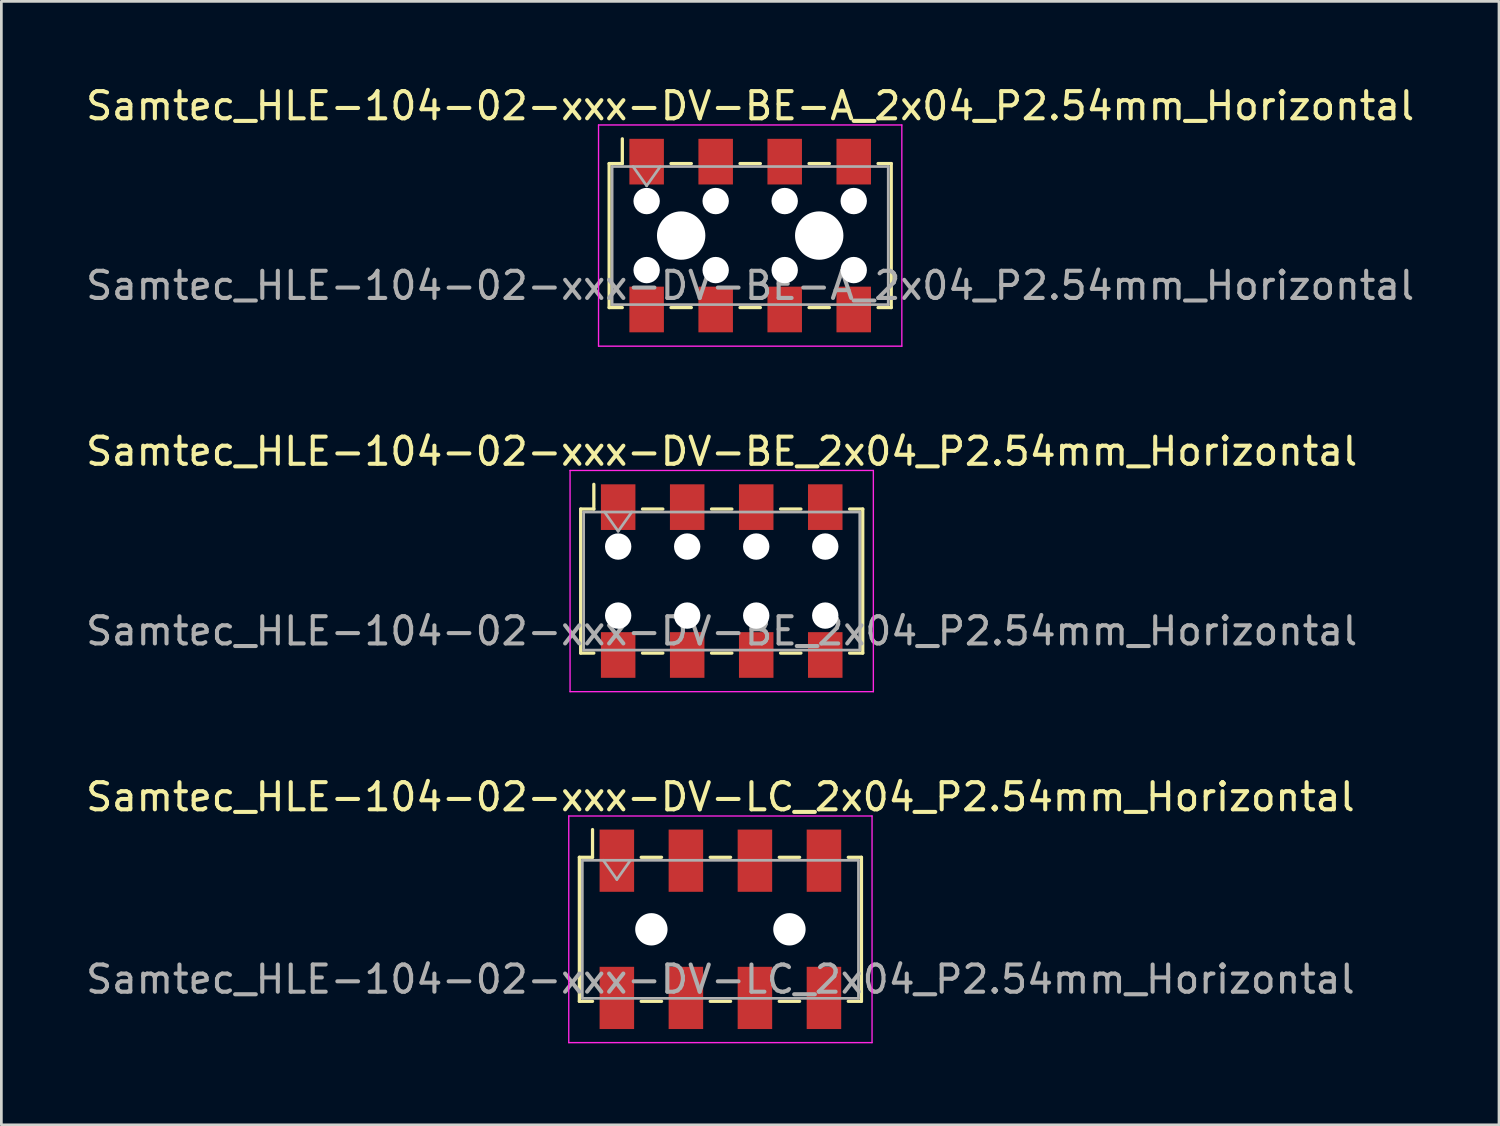
<source format=kicad_pcb>
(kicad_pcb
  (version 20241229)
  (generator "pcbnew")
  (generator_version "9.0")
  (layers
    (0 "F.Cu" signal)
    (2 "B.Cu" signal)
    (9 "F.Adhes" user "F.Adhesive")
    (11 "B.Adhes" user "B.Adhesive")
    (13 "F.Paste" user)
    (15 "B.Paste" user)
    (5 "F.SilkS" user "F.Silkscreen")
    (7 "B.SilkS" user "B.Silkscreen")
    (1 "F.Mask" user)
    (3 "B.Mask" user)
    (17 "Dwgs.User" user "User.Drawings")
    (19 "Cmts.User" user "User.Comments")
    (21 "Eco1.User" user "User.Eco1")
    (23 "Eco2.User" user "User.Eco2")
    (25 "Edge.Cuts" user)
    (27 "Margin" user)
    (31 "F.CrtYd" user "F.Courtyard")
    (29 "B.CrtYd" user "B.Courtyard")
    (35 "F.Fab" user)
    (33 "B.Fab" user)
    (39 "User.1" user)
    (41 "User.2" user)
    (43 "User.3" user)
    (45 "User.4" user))
  (footprint "Samtec_HLE-104-02-xxx-DV-BE_2x04_P2.54mm_Horizontal"
    (layer "F.Cu")
    (at 23.506 18.331)
    (property "Reference" "Samtec_HLE-104-02-xxx-DV-BE_2x04_P2.54mm_Horizontal" (at 0 -4.77 0) (layer "F.SilkS") (effects (font (size 1 1) (thickness 0.15))))
    (attr smd)
    (fp_line (start -5.19 -2.65) (end -5.19 2.65) (stroke (width 0.12) (type solid)) (layer "F.SilkS"))
    (fp_line (start -5.19 2.65) (end -4.705 2.65) (stroke (width 0.12) (type solid)) (layer "F.SilkS"))
    (fp_line (start -4.705 -3.56) (end -4.705 -2.65) (stroke (width 0.12) (type solid)) (layer "F.SilkS"))
    (fp_line (start -4.705 -2.65) (end -5.19 -2.65) (stroke (width 0.12) (type solid)) (layer "F.SilkS"))
    (fp_line (start -2.915 -2.65) (end -2.165 -2.65) (stroke (width 0.12) (type solid)) (layer "F.SilkS"))
    (fp_line (start -2.915 2.65) (end -2.165 2.65) (stroke (width 0.12) (type solid)) (layer "F.SilkS"))
    (fp_line (start -0.375 -2.65) (end 0.375 -2.65) (stroke (width 0.12) (type solid)) (layer "F.SilkS"))
    (fp_line (start -0.375 2.65) (end 0.375 2.65) (stroke (width 0.12) (type solid)) (layer "F.SilkS"))
    (fp_line (start 2.165 -2.65) (end 2.915 -2.65) (stroke (width 0.12) (type solid)) (layer "F.SilkS"))
    (fp_line (start 2.165 2.65) (end 2.915 2.65) (stroke (width 0.12) (type solid)) (layer "F.SilkS"))
    (fp_line (start 4.705 -2.65) (end 5.19 -2.65) (stroke (width 0.12) (type solid)) (layer "F.SilkS"))
    (fp_line (start 5.19 -2.65) (end 5.19 2.65) (stroke (width 0.12) (type solid)) (layer "F.SilkS"))
    (fp_line (start 5.19 2.65) (end 4.705 2.65) (stroke (width 0.12) (type solid)) (layer "F.SilkS"))
    (fp_line (start -5.58 -4.07) (end 5.58 -4.07) (stroke (width 0.05) (type solid)) (layer "F.CrtYd"))
    (fp_line (start -5.58 4.07) (end -5.58 -4.07) (stroke (width 0.05) (type solid)) (layer "F.CrtYd"))
    (fp_line (start 5.58 -4.07) (end 5.58 4.07) (stroke (width 0.05) (type solid)) (layer "F.CrtYd"))
    (fp_line (start 5.58 4.07) (end -5.58 4.07) (stroke (width 0.05) (type solid)) (layer "F.CrtYd"))
    (fp_line (start -5.08 -2.54) (end 5.08 -2.54) (stroke (width 0.1) (type solid)) (layer "F.Fab"))
    (fp_line (start -5.08 2.54) (end -5.08 -2.54) (stroke (width 0.1) (type solid)) (layer "F.Fab"))
    (fp_line (start -4.31 -2.54) (end -3.81 -1.833) (stroke (width 0.1) (type solid)) (layer "F.Fab"))
    (fp_line (start -3.81 -1.833) (end -3.31 -2.54) (stroke (width 0.1) (type solid)) (layer "F.Fab"))
    (fp_line (start 5.08 -2.54) (end 5.08 2.54) (stroke (width 0.1) (type solid)) (layer "F.Fab"))
    (fp_line (start 5.08 2.54) (end -5.08 2.54) (stroke (width 0.1) (type solid)) (layer "F.Fab"))
    (fp_text user "${REFERENCE}" (at 0 1.84 0) (layer "F.Fab") (effects (font (size 1 1) (thickness 0.15))))
    (pad "" np_thru_hole circle (at -3.81 -1.27) (size 0.97 0.97) (drill 0.97) (layers "*.Cu" "*.Mask"))
    (pad "" np_thru_hole circle (at -3.81 1.27) (size 0.97 0.97) (drill 0.97) (layers "*.Cu" "*.Mask"))
    (pad "" np_thru_hole circle (at -1.27 -1.27) (size 0.97 0.97) (drill 0.97) (layers "*.Cu" "*.Mask"))
    (pad "" np_thru_hole circle (at -1.27 1.27) (size 0.97 0.97) (drill 0.97) (layers "*.Cu" "*.Mask"))
    (pad "" np_thru_hole circle (at 1.27 -1.27) (size 0.97 0.97) (drill 0.97) (layers "*.Cu" "*.Mask"))
    (pad "" np_thru_hole circle (at 1.27 1.27) (size 0.97 0.97) (drill 0.97) (layers "*.Cu" "*.Mask"))
    (pad "" np_thru_hole circle (at 3.81 -1.27) (size 0.97 0.97) (drill 0.97) (layers "*.Cu" "*.Mask"))
    (pad "" np_thru_hole circle (at 3.81 1.27) (size 0.97 0.97) (drill 0.97) (layers "*.Cu" "*.Mask"))
    (pad "1" smd rect (at -3.81 -2.72) (size 1.27 1.68) (layers "F.Cu" "F.Mask" "F.Paste"))
    (pad "2" smd rect (at -3.81 2.72) (size 1.27 1.68) (layers "F.Cu" "F.Mask" "F.Paste"))
    (pad "3" smd rect (at -1.27 -2.72) (size 1.27 1.68) (layers "F.Cu" "F.Mask" "F.Paste"))
    (pad "4" smd rect (at -1.27 2.72) (size 1.27 1.68) (layers "F.Cu" "F.Mask" "F.Paste"))
    (pad "5" smd rect (at 1.27 -2.72) (size 1.27 1.68) (layers "F.Cu" "F.Mask" "F.Paste"))
    (pad "6" smd rect (at 1.27 2.72) (size 1.27 1.68) (layers "F.Cu" "F.Mask" "F.Paste"))
    (pad "7" smd rect (at 3.81 -2.72) (size 1.27 1.68) (layers "F.Cu" "F.Mask" "F.Paste"))
    (pad "8" smd rect (at 3.81 2.72) (size 1.27 1.68) (layers "F.Cu" "F.Mask" "F.Paste")))
  (footprint "Samtec_HLE-104-02-xxx-DV-LC_2x04_P2.54mm_Horizontal"
    (layer "F.Cu")
    (at 23.458 31.145)
    (property "Reference" "Samtec_HLE-104-02-xxx-DV-LC_2x04_P2.54mm_Horizontal" (at 0 -4.87 0) (layer "F.SilkS") (effects (font (size 1 1) (thickness 0.15))))
    (attr smd)
    (fp_line (start -5.19 -2.65) (end -5.19 2.65) (stroke (width 0.12) (type solid)) (layer "F.SilkS"))
    (fp_line (start -5.19 2.65) (end -4.705 2.65) (stroke (width 0.12) (type solid)) (layer "F.SilkS"))
    (fp_line (start -4.705 -3.67) (end -4.705 -2.65) (stroke (width 0.12) (type solid)) (layer "F.SilkS"))
    (fp_line (start -4.705 -2.65) (end -5.19 -2.65) (stroke (width 0.12) (type solid)) (layer "F.SilkS"))
    (fp_line (start -2.915 -2.65) (end -2.165 -2.65) (stroke (width 0.12) (type solid)) (layer "F.SilkS"))
    (fp_line (start -2.915 2.65) (end -2.165 2.65) (stroke (width 0.12) (type solid)) (layer "F.SilkS"))
    (fp_line (start -0.375 -2.65) (end 0.375 -2.65) (stroke (width 0.12) (type solid)) (layer "F.SilkS"))
    (fp_line (start -0.375 2.65) (end 0.375 2.65) (stroke (width 0.12) (type solid)) (layer "F.SilkS"))
    (fp_line (start 2.165 -2.65) (end 2.915 -2.65) (stroke (width 0.12) (type solid)) (layer "F.SilkS"))
    (fp_line (start 2.165 2.65) (end 2.915 2.65) (stroke (width 0.12) (type solid)) (layer "F.SilkS"))
    (fp_line (start 4.705 -2.65) (end 5.19 -2.65) (stroke (width 0.12) (type solid)) (layer "F.SilkS"))
    (fp_line (start 5.19 -2.65) (end 5.19 2.65) (stroke (width 0.12) (type solid)) (layer "F.SilkS"))
    (fp_line (start 5.19 2.65) (end 4.705 2.65) (stroke (width 0.12) (type solid)) (layer "F.SilkS"))
    (fp_line (start -5.58 -4.17) (end 5.58 -4.17) (stroke (width 0.05) (type solid)) (layer "F.CrtYd"))
    (fp_line (start -5.58 4.17) (end -5.58 -4.17) (stroke (width 0.05) (type solid)) (layer "F.CrtYd"))
    (fp_line (start 5.58 -4.17) (end 5.58 4.17) (stroke (width 0.05) (type solid)) (layer "F.CrtYd"))
    (fp_line (start 5.58 4.17) (end -5.58 4.17) (stroke (width 0.05) (type solid)) (layer "F.CrtYd"))
    (fp_line (start -5.08 -2.54) (end 5.08 -2.54) (stroke (width 0.1) (type solid)) (layer "F.Fab"))
    (fp_line (start -5.08 2.54) (end -5.08 -2.54) (stroke (width 0.1) (type solid)) (layer "F.Fab"))
    (fp_line (start -4.31 -2.54) (end -3.81 -1.833) (stroke (width 0.1) (type solid)) (layer "F.Fab"))
    (fp_line (start -3.81 -1.833) (end -3.31 -2.54) (stroke (width 0.1) (type solid)) (layer "F.Fab"))
    (fp_line (start 5.08 -2.54) (end 5.08 2.54) (stroke (width 0.1) (type solid)) (layer "F.Fab"))
    (fp_line (start 5.08 2.54) (end -5.08 2.54) (stroke (width 0.1) (type solid)) (layer "F.Fab"))
    (fp_text user "${REFERENCE}" (at 0 1.84 0) (layer "F.Fab") (effects (font (size 1 1) (thickness 0.15))))
    (pad "" np_thru_hole circle (at -2.54 0) (size 1.19 1.19) (drill 1.19) (layers "*.Cu" "*.Mask"))
    (pad "" np_thru_hole circle (at 2.54 0) (size 1.19 1.19) (drill 1.19) (layers "*.Cu" "*.Mask"))
    (pad "1" smd rect (at -3.81 -2.525) (size 1.27 2.29) (layers "F.Cu" "F.Mask" "F.Paste"))
    (pad "2" smd rect (at -3.81 2.525) (size 1.27 2.29) (layers "F.Cu" "F.Mask" "F.Paste"))
    (pad "3" smd rect (at -1.27 -2.525) (size 1.27 2.29) (layers "F.Cu" "F.Mask" "F.Paste"))
    (pad "4" smd rect (at -1.27 2.525) (size 1.27 2.29) (layers "F.Cu" "F.Mask" "F.Paste"))
    (pad "5" smd rect (at 1.27 -2.525) (size 1.27 2.29) (layers "F.Cu" "F.Mask" "F.Paste"))
    (pad "6" smd rect (at 1.27 2.525) (size 1.27 2.29) (layers "F.Cu" "F.Mask" "F.Paste"))
    (pad "7" smd rect (at 3.81 -2.525) (size 1.27 2.29) (layers "F.Cu" "F.Mask" "F.Paste"))
    (pad "8" smd rect (at 3.81 2.525) (size 1.27 2.29) (layers "F.Cu" "F.Mask" "F.Paste")))
  (footprint "Samtec_HLE-104-02-xxx-DV-BE-A_2x04_P2.54mm_Horizontal"
    (layer "F.Cu")
    (at 24.554 5.618)
    (property "Reference" "Samtec_HLE-104-02-xxx-DV-BE-A_2x04_P2.54mm_Horizontal" (at 0 -4.77 0) (layer "F.SilkS") (effects (font (size 1 1) (thickness 0.15))))
    (attr smd)
    (fp_line (start -5.19 -2.65) (end -5.19 2.65) (stroke (width 0.12) (type solid)) (layer "F.SilkS"))
    (fp_line (start -5.19 2.65) (end -4.705 2.65) (stroke (width 0.12) (type solid)) (layer "F.SilkS"))
    (fp_line (start -4.705 -3.56) (end -4.705 -2.65) (stroke (width 0.12) (type solid)) (layer "F.SilkS"))
    (fp_line (start -4.705 -2.65) (end -5.19 -2.65) (stroke (width 0.12) (type solid)) (layer "F.SilkS"))
    (fp_line (start -2.915 -2.65) (end -2.165 -2.65) (stroke (width 0.12) (type solid)) (layer "F.SilkS"))
    (fp_line (start -2.915 2.65) (end -2.165 2.65) (stroke (width 0.12) (type solid)) (layer "F.SilkS"))
    (fp_line (start -0.375 -2.65) (end 0.375 -2.65) (stroke (width 0.12) (type solid)) (layer "F.SilkS"))
    (fp_line (start -0.375 2.65) (end 0.375 2.65) (stroke (width 0.12) (type solid)) (layer "F.SilkS"))
    (fp_line (start 2.165 -2.65) (end 2.915 -2.65) (stroke (width 0.12) (type solid)) (layer "F.SilkS"))
    (fp_line (start 2.165 2.65) (end 2.915 2.65) (stroke (width 0.12) (type solid)) (layer "F.SilkS"))
    (fp_line (start 4.705 -2.65) (end 5.19 -2.65) (stroke (width 0.12) (type solid)) (layer "F.SilkS"))
    (fp_line (start 5.19 -2.65) (end 5.19 2.65) (stroke (width 0.12) (type solid)) (layer "F.SilkS"))
    (fp_line (start 5.19 2.65) (end 4.705 2.65) (stroke (width 0.12) (type solid)) (layer "F.SilkS"))
    (fp_line (start -5.58 -4.07) (end 5.58 -4.07) (stroke (width 0.05) (type solid)) (layer "F.CrtYd"))
    (fp_line (start -5.58 4.07) (end -5.58 -4.07) (stroke (width 0.05) (type solid)) (layer "F.CrtYd"))
    (fp_line (start 5.58 -4.07) (end 5.58 4.07) (stroke (width 0.05) (type solid)) (layer "F.CrtYd"))
    (fp_line (start 5.58 4.07) (end -5.58 4.07) (stroke (width 0.05) (type solid)) (layer "F.CrtYd"))
    (fp_line (start -5.08 -2.54) (end 5.08 -2.54) (stroke (width 0.1) (type solid)) (layer "F.Fab"))
    (fp_line (start -5.08 2.54) (end -5.08 -2.54) (stroke (width 0.1) (type solid)) (layer "F.Fab"))
    (fp_line (start -4.31 -2.54) (end -3.81 -1.833) (stroke (width 0.1) (type solid)) (layer "F.Fab"))
    (fp_line (start -3.81 -1.833) (end -3.31 -2.54) (stroke (width 0.1) (type solid)) (layer "F.Fab"))
    (fp_line (start 5.08 -2.54) (end 5.08 2.54) (stroke (width 0.1) (type solid)) (layer "F.Fab"))
    (fp_line (start 5.08 2.54) (end -5.08 2.54) (stroke (width 0.1) (type solid)) (layer "F.Fab"))
    (fp_text user "${REFERENCE}" (at 0 1.84 0) (layer "F.Fab") (effects (font (size 1 1) (thickness 0.15))))
    (pad "" np_thru_hole circle (at -3.81 -1.27) (size 0.97 0.97) (drill 0.97) (layers "*.Cu" "*.Mask"))
    (pad "" np_thru_hole circle (at -3.81 1.27) (size 0.97 0.97) (drill 0.97) (layers "*.Cu" "*.Mask"))
    (pad "" np_thru_hole circle (at -2.54 0) (size 1.78 1.78) (drill 1.78) (layers "*.Cu" "*.Mask"))
    (pad "" np_thru_hole circle (at -1.27 -1.27) (size 0.97 0.97) (drill 0.97) (layers "*.Cu" "*.Mask"))
    (pad "" np_thru_hole circle (at -1.27 1.27) (size 0.97 0.97) (drill 0.97) (layers "*.Cu" "*.Mask"))
    (pad "" np_thru_hole circle (at 1.27 -1.27) (size 0.97 0.97) (drill 0.97) (layers "*.Cu" "*.Mask"))
    (pad "" np_thru_hole circle (at 1.27 1.27) (size 0.97 0.97) (drill 0.97) (layers "*.Cu" "*.Mask"))
    (pad "" np_thru_hole circle (at 2.54 0) (size 1.78 1.78) (drill 1.78) (layers "*.Cu" "*.Mask"))
    (pad "" np_thru_hole circle (at 3.81 -1.27) (size 0.97 0.97) (drill 0.97) (layers "*.Cu" "*.Mask"))
    (pad "" np_thru_hole circle (at 3.81 1.27) (size 0.97 0.97) (drill 0.97) (layers "*.Cu" "*.Mask"))
    (pad "1" smd rect (at -3.81 -2.72) (size 1.27 1.68) (layers "F.Cu" "F.Mask" "F.Paste"))
    (pad "2" smd rect (at -3.81 2.72) (size 1.27 1.68) (layers "F.Cu" "F.Mask" "F.Paste"))
    (pad "3" smd rect (at -1.27 -2.72) (size 1.27 1.68) (layers "F.Cu" "F.Mask" "F.Paste"))
    (pad "4" smd rect (at -1.27 2.72) (size 1.27 1.68) (layers "F.Cu" "F.Mask" "F.Paste"))
    (pad "5" smd rect (at 1.27 -2.72) (size 1.27 1.68) (layers "F.Cu" "F.Mask" "F.Paste"))
    (pad "6" smd rect (at 1.27 2.72) (size 1.27 1.68) (layers "F.Cu" "F.Mask" "F.Paste"))
    (pad "7" smd rect (at 3.81 -2.72) (size 1.27 1.68) (layers "F.Cu" "F.Mask" "F.Paste"))
    (pad "8" smd rect (at 3.81 2.72) (size 1.27 1.68) (layers "F.Cu" "F.Mask" "F.Paste")))
  (gr_rect
    (start -3 -3)
    (end 52.107 38.34)
    (stroke (width 0.1) (type default))
    (fill no)
    (layer "Edge.Cuts")))
</source>
